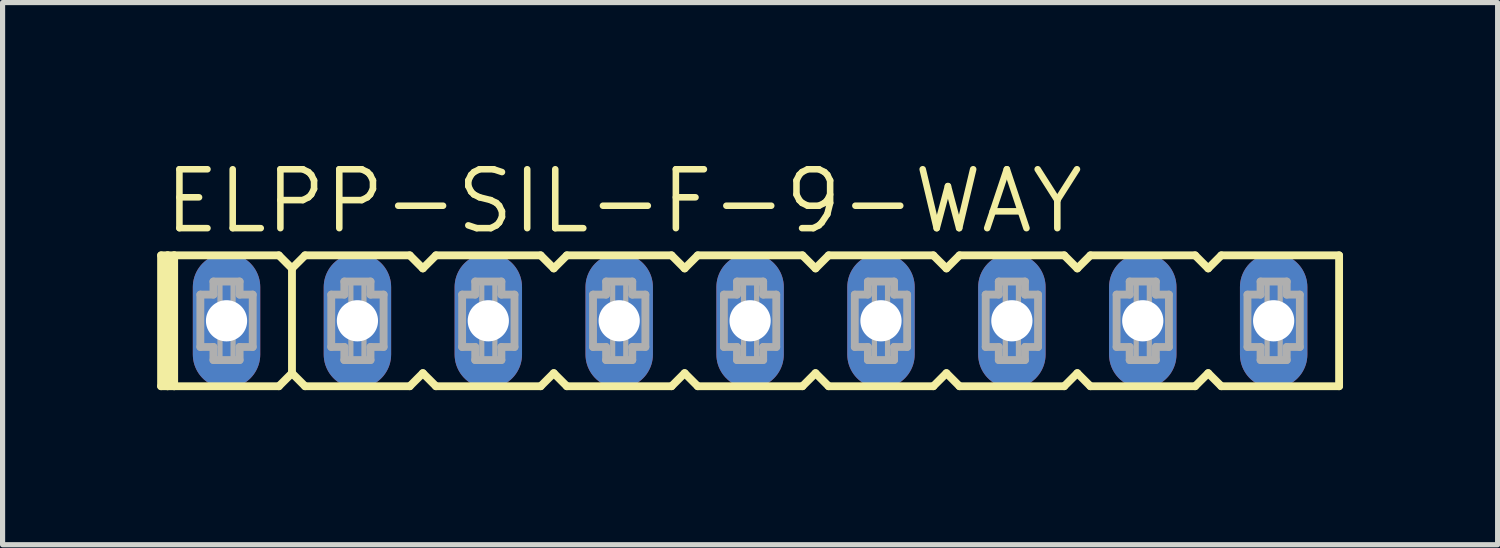
<source format=kicad_pcb>
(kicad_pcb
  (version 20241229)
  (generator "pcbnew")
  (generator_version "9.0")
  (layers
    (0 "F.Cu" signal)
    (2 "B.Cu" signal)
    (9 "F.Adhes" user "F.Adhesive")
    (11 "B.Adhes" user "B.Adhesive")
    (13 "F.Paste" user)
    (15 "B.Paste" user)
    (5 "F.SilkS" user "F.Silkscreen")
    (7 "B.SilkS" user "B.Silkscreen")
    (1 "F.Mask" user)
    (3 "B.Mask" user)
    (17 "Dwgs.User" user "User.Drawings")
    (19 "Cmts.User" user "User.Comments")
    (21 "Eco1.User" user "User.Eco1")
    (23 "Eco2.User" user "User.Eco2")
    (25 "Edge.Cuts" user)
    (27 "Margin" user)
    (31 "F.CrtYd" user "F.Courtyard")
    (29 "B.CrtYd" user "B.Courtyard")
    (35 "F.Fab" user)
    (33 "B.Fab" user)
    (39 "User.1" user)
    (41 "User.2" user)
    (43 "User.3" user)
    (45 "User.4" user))
  (footprint "ELPP-SIL-F-9-WAY"
    (layer "F.Cu")
    (at 11.506 3.175)
    (property "Reference" "ELPP-SIL-F-9-WAY" (at -11.43 -1.651 0) (unlocked yes) (layer "F.SilkS") (effects (font (size 1.143 1.143) (thickness 0.127)) (justify left bottom)))
    (fp_line (start -11.43 -1.27) (end -11.43 1.27) (stroke (width 0.152) (type solid)) (layer "F.SilkS"))
    (fp_line (start -11.43 1.27) (end -11.303 1.27) (stroke (width 0.152) (type solid)) (layer "F.SilkS"))
    (fp_line (start -11.303 -1.27) (end -11.43 -1.27) (stroke (width 0.152) (type solid)) (layer "F.SilkS"))
    (fp_line (start -11.303 -1.27) (end -11.303 1.27) (stroke (width 0.152) (type solid)) (layer "F.SilkS"))
    (fp_line (start -11.303 1.27) (end -11.176 1.27) (stroke (width 0.152) (type solid)) (layer "F.SilkS"))
    (fp_line (start -11.176 -1.27) (end -11.303 -1.27) (stroke (width 0.152) (type solid)) (layer "F.SilkS"))
    (fp_line (start -11.176 -1.27) (end -11.176 1.27) (stroke (width 0.152) (type solid)) (layer "F.SilkS"))
    (fp_line (start -11.176 1.27) (end -9.144 1.27) (stroke (width 0.152) (type solid)) (layer "F.SilkS"))
    (fp_line (start -9.144 -1.27) (end -11.176 -1.27) (stroke (width 0.152) (type solid)) (layer "F.SilkS"))
    (fp_line (start -9.144 1.27) (end -8.89 1.016) (stroke (width 0.152) (type solid)) (layer "F.SilkS"))
    (fp_line (start -8.89 -1.016) (end -9.144 -1.27) (stroke (width 0.152) (type solid)) (layer "F.SilkS"))
    (fp_line (start -8.89 -1.016) (end -8.89 1.016) (stroke (width 0.152) (type solid)) (layer "F.SilkS"))
    (fp_line (start -8.89 1.016) (end -8.636 1.27) (stroke (width 0.152) (type solid)) (layer "F.SilkS"))
    (fp_line (start -8.636 -1.27) (end -8.89 -1.016) (stroke (width 0.152) (type solid)) (layer "F.SilkS"))
    (fp_line (start -8.636 1.27) (end -6.604 1.27) (stroke (width 0.152) (type solid)) (layer "F.SilkS"))
    (fp_line (start -6.604 -1.27) (end -8.636 -1.27) (stroke (width 0.152) (type solid)) (layer "F.SilkS"))
    (fp_line (start -6.604 1.27) (end -6.35 1.016) (stroke (width 0.152) (type solid)) (layer "F.SilkS"))
    (fp_line (start -6.35 -1.016) (end -6.604 -1.27) (stroke (width 0.152) (type solid)) (layer "F.SilkS"))
    (fp_line (start -6.35 1.016) (end -6.096 1.27) (stroke (width 0.152) (type solid)) (layer "F.SilkS"))
    (fp_line (start -6.096 -1.27) (end -6.35 -1.016) (stroke (width 0.152) (type solid)) (layer "F.SilkS"))
    (fp_line (start -6.096 1.27) (end -4.064 1.27) (stroke (width 0.152) (type solid)) (layer "F.SilkS"))
    (fp_line (start -4.064 -1.27) (end -6.096 -1.27) (stroke (width 0.152) (type solid)) (layer "F.SilkS"))
    (fp_line (start -4.064 1.27) (end -3.81 1.016) (stroke (width 0.152) (type solid)) (layer "F.SilkS"))
    (fp_line (start -3.81 -1.016) (end -4.064 -1.27) (stroke (width 0.152) (type solid)) (layer "F.SilkS"))
    (fp_line (start -3.81 1.016) (end -3.556 1.27) (stroke (width 0.152) (type solid)) (layer "F.SilkS"))
    (fp_line (start -3.556 -1.27) (end -3.81 -1.016) (stroke (width 0.152) (type solid)) (layer "F.SilkS"))
    (fp_line (start -3.556 1.27) (end -1.524 1.27) (stroke (width 0.152) (type solid)) (layer "F.SilkS"))
    (fp_line (start -1.524 -1.27) (end -3.556 -1.27) (stroke (width 0.152) (type solid)) (layer "F.SilkS"))
    (fp_line (start -1.524 1.27) (end -1.27 1.016) (stroke (width 0.152) (type solid)) (layer "F.SilkS"))
    (fp_line (start -1.27 -1.016) (end -1.524 -1.27) (stroke (width 0.152) (type solid)) (layer "F.SilkS"))
    (fp_line (start -1.27 1.016) (end -1.016 1.27) (stroke (width 0.152) (type solid)) (layer "F.SilkS"))
    (fp_line (start -1.016 -1.27) (end -1.27 -1.016) (stroke (width 0.152) (type solid)) (layer "F.SilkS"))
    (fp_line (start -1.016 1.27) (end 1.016 1.27) (stroke (width 0.152) (type solid)) (layer "F.SilkS"))
    (fp_line (start 1.016 -1.27) (end -1.016 -1.27) (stroke (width 0.152) (type solid)) (layer "F.SilkS"))
    (fp_line (start 1.016 1.27) (end 1.27 1.016) (stroke (width 0.152) (type solid)) (layer "F.SilkS"))
    (fp_line (start 1.27 -1.016) (end 1.016 -1.27) (stroke (width 0.152) (type solid)) (layer "F.SilkS"))
    (fp_line (start 1.27 1.016) (end 1.524 1.27) (stroke (width 0.152) (type solid)) (layer "F.SilkS"))
    (fp_line (start 1.524 -1.27) (end 1.27 -1.016) (stroke (width 0.152) (type solid)) (layer "F.SilkS"))
    (fp_line (start 1.524 1.27) (end 3.556 1.27) (stroke (width 0.152) (type solid)) (layer "F.SilkS"))
    (fp_line (start 3.556 -1.27) (end 1.524 -1.27) (stroke (width 0.152) (type solid)) (layer "F.SilkS"))
    (fp_line (start 3.556 1.27) (end 3.81 1.016) (stroke (width 0.152) (type solid)) (layer "F.SilkS"))
    (fp_line (start 3.81 -1.016) (end 3.556 -1.27) (stroke (width 0.152) (type solid)) (layer "F.SilkS"))
    (fp_line (start 3.81 1.016) (end 4.064 1.27) (stroke (width 0.152) (type solid)) (layer "F.SilkS"))
    (fp_line (start 4.064 -1.27) (end 3.81 -1.016) (stroke (width 0.152) (type solid)) (layer "F.SilkS"))
    (fp_line (start 4.064 1.27) (end 6.096 1.27) (stroke (width 0.152) (type solid)) (layer "F.SilkS"))
    (fp_line (start 6.096 -1.27) (end 4.064 -1.27) (stroke (width 0.152) (type solid)) (layer "F.SilkS"))
    (fp_line (start 6.096 1.27) (end 6.35 1.016) (stroke (width 0.152) (type solid)) (layer "F.SilkS"))
    (fp_line (start 6.35 -1.016) (end 6.096 -1.27) (stroke (width 0.152) (type solid)) (layer "F.SilkS"))
    (fp_line (start 6.35 1.016) (end 6.604 1.27) (stroke (width 0.152) (type solid)) (layer "F.SilkS"))
    (fp_line (start 6.604 -1.27) (end 6.35 -1.016) (stroke (width 0.152) (type solid)) (layer "F.SilkS"))
    (fp_line (start 6.604 1.27) (end 8.636 1.27) (stroke (width 0.152) (type solid)) (layer "F.SilkS"))
    (fp_line (start 8.636 -1.27) (end 6.604 -1.27) (stroke (width 0.152) (type solid)) (layer "F.SilkS"))
    (fp_line (start 8.636 1.27) (end 8.89 1.016) (stroke (width 0.152) (type solid)) (layer "F.SilkS"))
    (fp_line (start 8.89 -1.016) (end 8.636 -1.27) (stroke (width 0.152) (type solid)) (layer "F.SilkS"))
    (fp_line (start 8.89 1.016) (end 9.144 1.27) (stroke (width 0.152) (type solid)) (layer "F.SilkS"))
    (fp_line (start 9.144 -1.27) (end 8.89 -1.016) (stroke (width 0.152) (type solid)) (layer "F.SilkS"))
    (fp_line (start 9.144 1.27) (end 11.43 1.27) (stroke (width 0.152) (type solid)) (layer "F.SilkS"))
    (fp_line (start 11.43 -1.27) (end 9.144 -1.27) (stroke (width 0.152) (type solid)) (layer "F.SilkS"))
    (fp_line (start 11.43 1.27) (end 11.43 -1.27) (stroke (width 0.152) (type solid)) (layer "F.SilkS"))
    (fp_line (start -10.668 -0.508) (end -10.668 0.508) (stroke (width 0.152) (type solid)) (layer "F.Fab"))
    (fp_line (start -10.668 0.508) (end -10.414 0.508) (stroke (width 0.152) (type solid)) (layer "F.Fab"))
    (fp_line (start -10.414 -0.762) (end -10.414 -0.508) (stroke (width 0.152) (type solid)) (layer "F.Fab"))
    (fp_line (start -10.414 -0.508) (end -10.668 -0.508) (stroke (width 0.152) (type solid)) (layer "F.Fab"))
    (fp_line (start -10.414 0.508) (end -10.414 0.762) (stroke (width 0.152) (type solid)) (layer "F.Fab"))
    (fp_line (start -10.414 0.762) (end -9.906 0.762) (stroke (width 0.152) (type solid)) (layer "F.Fab"))
    (fp_line (start -9.906 -0.762) (end -10.414 -0.762) (stroke (width 0.152) (type solid)) (layer "F.Fab"))
    (fp_line (start -9.906 -0.508) (end -9.906 -0.762) (stroke (width 0.152) (type solid)) (layer "F.Fab"))
    (fp_line (start -9.906 0.508) (end -9.652 0.508) (stroke (width 0.152) (type solid)) (layer "F.Fab"))
    (fp_line (start -9.906 0.762) (end -9.906 0.508) (stroke (width 0.152) (type solid)) (layer "F.Fab"))
    (fp_line (start -9.652 -0.508) (end -9.906 -0.508) (stroke (width 0.152) (type solid)) (layer "F.Fab"))
    (fp_line (start -9.652 0.508) (end -9.652 -0.508) (stroke (width 0.152) (type solid)) (layer "F.Fab"))
    (fp_line (start -8.128 -0.508) (end -8.128 0.508) (stroke (width 0.152) (type solid)) (layer "F.Fab"))
    (fp_line (start -8.128 0.508) (end -7.874 0.508) (stroke (width 0.152) (type solid)) (layer "F.Fab"))
    (fp_line (start -7.874 -0.762) (end -7.874 -0.508) (stroke (width 0.152) (type solid)) (layer "F.Fab"))
    (fp_line (start -7.874 -0.508) (end -8.128 -0.508) (stroke (width 0.152) (type solid)) (layer "F.Fab"))
    (fp_line (start -7.874 0.508) (end -7.874 0.762) (stroke (width 0.152) (type solid)) (layer "F.Fab"))
    (fp_line (start -7.874 0.762) (end -7.366 0.762) (stroke (width 0.152) (type solid)) (layer "F.Fab"))
    (fp_line (start -7.366 -0.762) (end -7.874 -0.762) (stroke (width 0.152) (type solid)) (layer "F.Fab"))
    (fp_line (start -7.366 -0.508) (end -7.366 -0.762) (stroke (width 0.152) (type solid)) (layer "F.Fab"))
    (fp_line (start -7.366 0.508) (end -7.112 0.508) (stroke (width 0.152) (type solid)) (layer "F.Fab"))
    (fp_line (start -7.366 0.762) (end -7.366 0.508) (stroke (width 0.152) (type solid)) (layer "F.Fab"))
    (fp_line (start -7.112 -0.508) (end -7.366 -0.508) (stroke (width 0.152) (type solid)) (layer "F.Fab"))
    (fp_line (start -7.112 0.508) (end -7.112 -0.508) (stroke (width 0.152) (type solid)) (layer "F.Fab"))
    (fp_line (start -5.588 -0.508) (end -5.588 0.508) (stroke (width 0.152) (type solid)) (layer "F.Fab"))
    (fp_line (start -5.588 0.508) (end -5.334 0.508) (stroke (width 0.152) (type solid)) (layer "F.Fab"))
    (fp_line (start -5.334 -0.762) (end -5.334 -0.508) (stroke (width 0.152) (type solid)) (layer "F.Fab"))
    (fp_line (start -5.334 -0.508) (end -5.588 -0.508) (stroke (width 0.152) (type solid)) (layer "F.Fab"))
    (fp_line (start -5.334 0.508) (end -5.334 0.762) (stroke (width 0.152) (type solid)) (layer "F.Fab"))
    (fp_line (start -5.334 0.762) (end -4.826 0.762) (stroke (width 0.152) (type solid)) (layer "F.Fab"))
    (fp_line (start -4.826 -0.762) (end -5.334 -0.762) (stroke (width 0.152) (type solid)) (layer "F.Fab"))
    (fp_line (start -4.826 -0.508) (end -4.826 -0.762) (stroke (width 0.152) (type solid)) (layer "F.Fab"))
    (fp_line (start -4.826 0.508) (end -4.572 0.508) (stroke (width 0.152) (type solid)) (layer "F.Fab"))
    (fp_line (start -4.826 0.762) (end -4.826 0.508) (stroke (width 0.152) (type solid)) (layer "F.Fab"))
    (fp_line (start -4.572 -0.508) (end -4.826 -0.508) (stroke (width 0.152) (type solid)) (layer "F.Fab"))
    (fp_line (start -4.572 0.508) (end -4.572 -0.508) (stroke (width 0.152) (type solid)) (layer "F.Fab"))
    (fp_line (start -3.048 -0.508) (end -3.048 0.508) (stroke (width 0.152) (type solid)) (layer "F.Fab"))
    (fp_line (start -3.048 0.508) (end -2.794 0.508) (stroke (width 0.152) (type solid)) (layer "F.Fab"))
    (fp_line (start -2.794 -0.762) (end -2.794 -0.508) (stroke (width 0.152) (type solid)) (layer "F.Fab"))
    (fp_line (start -2.794 -0.508) (end -3.048 -0.508) (stroke (width 0.152) (type solid)) (layer "F.Fab"))
    (fp_line (start -2.794 0.508) (end -2.794 0.762) (stroke (width 0.152) (type solid)) (layer "F.Fab"))
    (fp_line (start -2.794 0.762) (end -2.286 0.762) (stroke (width 0.152) (type solid)) (layer "F.Fab"))
    (fp_line (start -2.286 -0.762) (end -2.794 -0.762) (stroke (width 0.152) (type solid)) (layer "F.Fab"))
    (fp_line (start -2.286 -0.508) (end -2.286 -0.762) (stroke (width 0.152) (type solid)) (layer "F.Fab"))
    (fp_line (start -2.286 0.508) (end -2.032 0.508) (stroke (width 0.152) (type solid)) (layer "F.Fab"))
    (fp_line (start -2.286 0.762) (end -2.286 0.508) (stroke (width 0.152) (type solid)) (layer "F.Fab"))
    (fp_line (start -2.032 -0.508) (end -2.286 -0.508) (stroke (width 0.152) (type solid)) (layer "F.Fab"))
    (fp_line (start -2.032 0.508) (end -2.032 -0.508) (stroke (width 0.152) (type solid)) (layer "F.Fab"))
    (fp_line (start -0.508 -0.508) (end -0.508 0.508) (stroke (width 0.152) (type solid)) (layer "F.Fab"))
    (fp_line (start -0.508 0.508) (end -0.254 0.508) (stroke (width 0.152) (type solid)) (layer "F.Fab"))
    (fp_line (start -0.254 -0.762) (end -0.254 -0.508) (stroke (width 0.152) (type solid)) (layer "F.Fab"))
    (fp_line (start -0.254 -0.508) (end -0.508 -0.508) (stroke (width 0.152) (type solid)) (layer "F.Fab"))
    (fp_line (start -0.254 0.508) (end -0.254 0.762) (stroke (width 0.152) (type solid)) (layer "F.Fab"))
    (fp_line (start -0.254 0.762) (end 0.254 0.762) (stroke (width 0.152) (type solid)) (layer "F.Fab"))
    (fp_line (start 0.254 -0.762) (end -0.254 -0.762) (stroke (width 0.152) (type solid)) (layer "F.Fab"))
    (fp_line (start 0.254 -0.508) (end 0.254 -0.762) (stroke (width 0.152) (type solid)) (layer "F.Fab"))
    (fp_line (start 0.254 0.508) (end 0.508 0.508) (stroke (width 0.152) (type solid)) (layer "F.Fab"))
    (fp_line (start 0.254 0.762) (end 0.254 0.508) (stroke (width 0.152) (type solid)) (layer "F.Fab"))
    (fp_line (start 0.508 -0.508) (end 0.254 -0.508) (stroke (width 0.152) (type solid)) (layer "F.Fab"))
    (fp_line (start 0.508 0.508) (end 0.508 -0.508) (stroke (width 0.152) (type solid)) (layer "F.Fab"))
    (fp_line (start 2.032 -0.508) (end 2.032 0.508) (stroke (width 0.152) (type solid)) (layer "F.Fab"))
    (fp_line (start 2.032 0.508) (end 2.286 0.508) (stroke (width 0.152) (type solid)) (layer "F.Fab"))
    (fp_line (start 2.286 -0.762) (end 2.286 -0.508) (stroke (width 0.152) (type solid)) (layer "F.Fab"))
    (fp_line (start 2.286 -0.508) (end 2.032 -0.508) (stroke (width 0.152) (type solid)) (layer "F.Fab"))
    (fp_line (start 2.286 0.508) (end 2.286 0.762) (stroke (width 0.152) (type solid)) (layer "F.Fab"))
    (fp_line (start 2.286 0.762) (end 2.794 0.762) (stroke (width 0.152) (type solid)) (layer "F.Fab"))
    (fp_line (start 2.794 -0.762) (end 2.286 -0.762) (stroke (width 0.152) (type solid)) (layer "F.Fab"))
    (fp_line (start 2.794 -0.508) (end 2.794 -0.762) (stroke (width 0.152) (type solid)) (layer "F.Fab"))
    (fp_line (start 2.794 0.508) (end 3.048 0.508) (stroke (width 0.152) (type solid)) (layer "F.Fab"))
    (fp_line (start 2.794 0.762) (end 2.794 0.508) (stroke (width 0.152) (type solid)) (layer "F.Fab"))
    (fp_line (start 3.048 -0.508) (end 2.794 -0.508) (stroke (width 0.152) (type solid)) (layer "F.Fab"))
    (fp_line (start 3.048 0.508) (end 3.048 -0.508) (stroke (width 0.152) (type solid)) (layer "F.Fab"))
    (fp_line (start 4.572 -0.508) (end 4.572 0.508) (stroke (width 0.152) (type solid)) (layer "F.Fab"))
    (fp_line (start 4.572 0.508) (end 4.826 0.508) (stroke (width 0.152) (type solid)) (layer "F.Fab"))
    (fp_line (start 4.826 -0.762) (end 4.826 -0.508) (stroke (width 0.152) (type solid)) (layer "F.Fab"))
    (fp_line (start 4.826 -0.508) (end 4.572 -0.508) (stroke (width 0.152) (type solid)) (layer "F.Fab"))
    (fp_line (start 4.826 0.508) (end 4.826 0.762) (stroke (width 0.152) (type solid)) (layer "F.Fab"))
    (fp_line (start 4.826 0.762) (end 5.334 0.762) (stroke (width 0.152) (type solid)) (layer "F.Fab"))
    (fp_line (start 5.334 -0.762) (end 4.826 -0.762) (stroke (width 0.152) (type solid)) (layer "F.Fab"))
    (fp_line (start 5.334 -0.508) (end 5.334 -0.762) (stroke (width 0.152) (type solid)) (layer "F.Fab"))
    (fp_line (start 5.334 0.508) (end 5.588 0.508) (stroke (width 0.152) (type solid)) (layer "F.Fab"))
    (fp_line (start 5.334 0.762) (end 5.334 0.508) (stroke (width 0.152) (type solid)) (layer "F.Fab"))
    (fp_line (start 5.588 -0.508) (end 5.334 -0.508) (stroke (width 0.152) (type solid)) (layer "F.Fab"))
    (fp_line (start 5.588 0.508) (end 5.588 -0.508) (stroke (width 0.152) (type solid)) (layer "F.Fab"))
    (fp_line (start 7.112 -0.508) (end 7.112 0.508) (stroke (width 0.152) (type solid)) (layer "F.Fab"))
    (fp_line (start 7.112 0.508) (end 7.366 0.508) (stroke (width 0.152) (type solid)) (layer "F.Fab"))
    (fp_line (start 7.366 -0.762) (end 7.366 -0.508) (stroke (width 0.152) (type solid)) (layer "F.Fab"))
    (fp_line (start 7.366 -0.508) (end 7.112 -0.508) (stroke (width 0.152) (type solid)) (layer "F.Fab"))
    (fp_line (start 7.366 0.508) (end 7.366 0.762) (stroke (width 0.152) (type solid)) (layer "F.Fab"))
    (fp_line (start 7.366 0.762) (end 7.874 0.762) (stroke (width 0.152) (type solid)) (layer "F.Fab"))
    (fp_line (start 7.874 -0.762) (end 7.366 -0.762) (stroke (width 0.152) (type solid)) (layer "F.Fab"))
    (fp_line (start 7.874 -0.508) (end 7.874 -0.762) (stroke (width 0.152) (type solid)) (layer "F.Fab"))
    (fp_line (start 7.874 0.508) (end 8.128 0.508) (stroke (width 0.152) (type solid)) (layer "F.Fab"))
    (fp_line (start 7.874 0.762) (end 7.874 0.508) (stroke (width 0.152) (type solid)) (layer "F.Fab"))
    (fp_line (start 8.128 -0.508) (end 7.874 -0.508) (stroke (width 0.152) (type solid)) (layer "F.Fab"))
    (fp_line (start 8.128 0.508) (end 8.128 -0.508) (stroke (width 0.152) (type solid)) (layer "F.Fab"))
    (fp_line (start 9.652 -0.508) (end 9.652 0.508) (stroke (width 0.152) (type solid)) (layer "F.Fab"))
    (fp_line (start 9.652 0.508) (end 9.906 0.508) (stroke (width 0.152) (type solid)) (layer "F.Fab"))
    (fp_line (start 9.906 -0.762) (end 9.906 -0.508) (stroke (width 0.152) (type solid)) (layer "F.Fab"))
    (fp_line (start 9.906 -0.508) (end 9.652 -0.508) (stroke (width 0.152) (type solid)) (layer "F.Fab"))
    (fp_line (start 9.906 0.508) (end 9.906 0.762) (stroke (width 0.152) (type solid)) (layer "F.Fab"))
    (fp_line (start 9.906 0.762) (end 10.414 0.762) (stroke (width 0.152) (type solid)) (layer "F.Fab"))
    (fp_line (start 10.414 -0.762) (end 9.906 -0.762) (stroke (width 0.152) (type solid)) (layer "F.Fab"))
    (fp_line (start 10.414 -0.508) (end 10.414 -0.762) (stroke (width 0.152) (type solid)) (layer "F.Fab"))
    (fp_line (start 10.414 0.508) (end 10.668 0.508) (stroke (width 0.152) (type solid)) (layer "F.Fab"))
    (fp_line (start 10.414 0.762) (end 10.414 0.508) (stroke (width 0.152) (type solid)) (layer "F.Fab"))
    (fp_line (start 10.668 -0.508) (end 10.414 -0.508) (stroke (width 0.152) (type solid)) (layer "F.Fab"))
    (fp_line (start 10.668 0.508) (end 10.668 -0.508) (stroke (width 0.152) (type solid)) (layer "F.Fab"))
    (fp_poly (pts (xy -10.287 -0.254) (xy -10.033 -0.254) (xy -10.033 -0.762) (xy -10.287 -0.762)) (stroke (width 0.1) (type default)) (fill no) (layer "F.Fab"))
    (fp_poly (pts (xy -10.287 0.762) (xy -10.033 0.762) (xy -10.033 0.254) (xy -10.287 0.254)) (stroke (width 0.1) (type default)) (fill no) (layer "F.Fab"))
    (fp_poly (pts (xy -7.747 -0.254) (xy -7.493 -0.254) (xy -7.493 -0.762) (xy -7.747 -0.762)) (stroke (width 0.1) (type default)) (fill no) (layer "F.Fab"))
    (fp_poly (pts (xy -7.747 0.762) (xy -7.493 0.762) (xy -7.493 0.254) (xy -7.747 0.254)) (stroke (width 0.1) (type default)) (fill no) (layer "F.Fab"))
    (fp_poly (pts (xy -5.207 -0.254) (xy -4.953 -0.254) (xy -4.953 -0.762) (xy -5.207 -0.762)) (stroke (width 0.1) (type default)) (fill no) (layer "F.Fab"))
    (fp_poly (pts (xy -5.207 0.762) (xy -4.953 0.762) (xy -4.953 0.254) (xy -5.207 0.254)) (stroke (width 0.1) (type default)) (fill no) (layer "F.Fab"))
    (fp_poly (pts (xy -2.667 -0.254) (xy -2.413 -0.254) (xy -2.413 -0.762) (xy -2.667 -0.762)) (stroke (width 0.1) (type default)) (fill no) (layer "F.Fab"))
    (fp_poly (pts (xy -2.667 0.762) (xy -2.413 0.762) (xy -2.413 0.254) (xy -2.667 0.254)) (stroke (width 0.1) (type default)) (fill no) (layer "F.Fab"))
    (fp_poly (pts (xy -0.127 -0.254) (xy 0.127 -0.254) (xy 0.127 -0.762) (xy -0.127 -0.762)) (stroke (width 0.1) (type default)) (fill no) (layer "F.Fab"))
    (fp_poly (pts (xy -0.127 0.762) (xy 0.127 0.762) (xy 0.127 0.254) (xy -0.127 0.254)) (stroke (width 0.1) (type default)) (fill no) (layer "F.Fab"))
    (fp_poly (pts (xy 2.413 -0.254) (xy 2.667 -0.254) (xy 2.667 -0.762) (xy 2.413 -0.762)) (stroke (width 0.1) (type default)) (fill no) (layer "F.Fab"))
    (fp_poly (pts (xy 2.413 0.762) (xy 2.667 0.762) (xy 2.667 0.254) (xy 2.413 0.254)) (stroke (width 0.1) (type default)) (fill no) (layer "F.Fab"))
    (fp_poly (pts (xy 4.953 -0.254) (xy 5.207 -0.254) (xy 5.207 -0.762) (xy 4.953 -0.762)) (stroke (width 0.1) (type default)) (fill no) (layer "F.Fab"))
    (fp_poly (pts (xy 4.953 0.762) (xy 5.207 0.762) (xy 5.207 0.254) (xy 4.953 0.254)) (stroke (width 0.1) (type default)) (fill no) (layer "F.Fab"))
    (fp_poly (pts (xy 7.493 -0.254) (xy 7.747 -0.254) (xy 7.747 -0.762) (xy 7.493 -0.762)) (stroke (width 0.1) (type default)) (fill no) (layer "F.Fab"))
    (fp_poly (pts (xy 7.493 0.762) (xy 7.747 0.762) (xy 7.747 0.254) (xy 7.493 0.254)) (stroke (width 0.1) (type default)) (fill no) (layer "F.Fab"))
    (fp_poly (pts (xy 10.033 -0.254) (xy 10.287 -0.254) (xy 10.287 -0.762) (xy 10.033 -0.762)) (stroke (width 0.1) (type default)) (fill no) (layer "F.Fab"))
    (fp_poly (pts (xy 10.033 0.762) (xy 10.287 0.762) (xy 10.287 0.254) (xy 10.033 0.254)) (stroke (width 0.1) (type default)) (fill no) (layer "F.Fab"))
    (pad "1" thru_hole oval (at -10.16 0 90) (size 2.616 1.308) (drill 0.8) (layers "*.Cu" "*.Mask"))
    (pad "2" thru_hole oval (at -7.62 0 90) (size 2.616 1.308) (drill 0.8) (layers "*.Cu" "*.Mask"))
    (pad "3" thru_hole oval (at -5.08 0 90) (size 2.616 1.308) (drill 0.8) (layers "*.Cu" "*.Mask"))
    (pad "4" thru_hole oval (at -2.54 0 90) (size 2.616 1.308) (drill 0.8) (layers "*.Cu" "*.Mask"))
    (pad "5" thru_hole oval (at 0 0 90) (size 2.616 1.308) (drill 0.8) (layers "*.Cu" "*.Mask"))
    (pad "6" thru_hole oval (at 2.54 0 90) (size 2.616 1.308) (drill 0.8) (layers "*.Cu" "*.Mask"))
    (pad "7" thru_hole oval (at 5.08 0 90) (size 2.616 1.308) (drill 0.8) (layers "*.Cu" "*.Mask"))
    (pad "8" thru_hole oval (at 7.62 0 90) (size 2.616 1.308) (drill 0.8) (layers "*.Cu" "*.Mask"))
    (pad "9" thru_hole oval (at 10.16 0 90) (size 2.616 1.308) (drill 0.8) (layers "*.Cu" "*.Mask")))
  (gr_rect
    (start -3 -3)
    (end 26.012 7.521)
    (stroke (width 0.1) (type default))
    (fill no)
    (layer "Edge.Cuts")))
</source>
